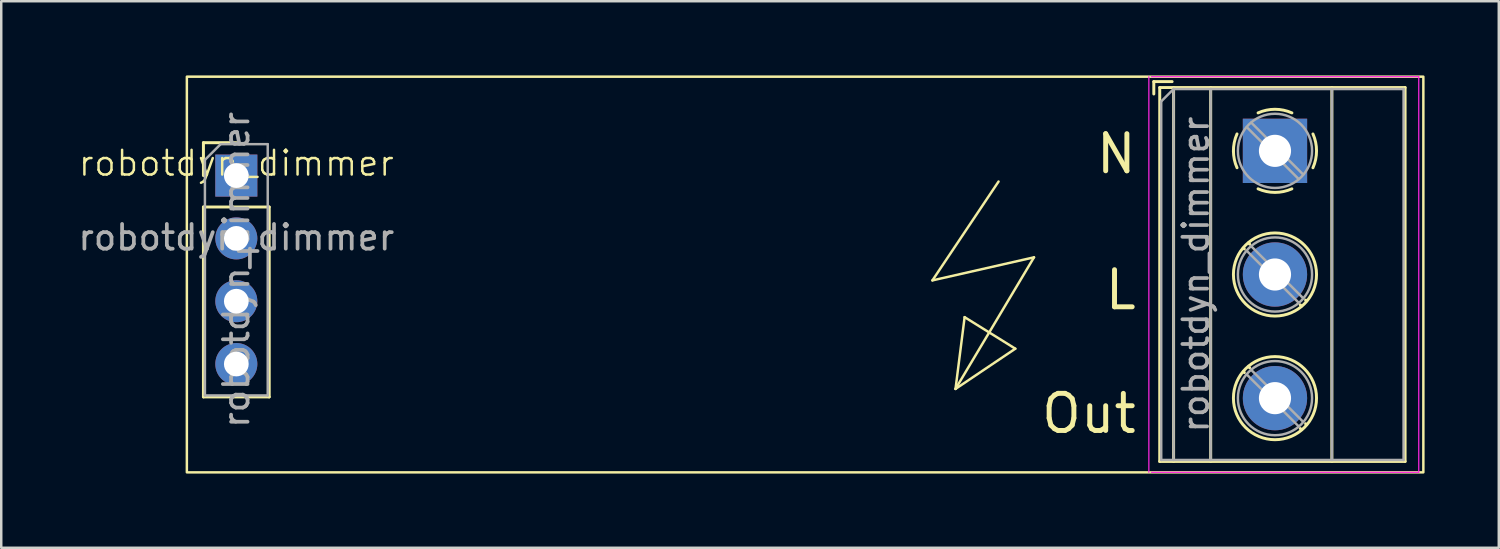
<source format=kicad_pcb>
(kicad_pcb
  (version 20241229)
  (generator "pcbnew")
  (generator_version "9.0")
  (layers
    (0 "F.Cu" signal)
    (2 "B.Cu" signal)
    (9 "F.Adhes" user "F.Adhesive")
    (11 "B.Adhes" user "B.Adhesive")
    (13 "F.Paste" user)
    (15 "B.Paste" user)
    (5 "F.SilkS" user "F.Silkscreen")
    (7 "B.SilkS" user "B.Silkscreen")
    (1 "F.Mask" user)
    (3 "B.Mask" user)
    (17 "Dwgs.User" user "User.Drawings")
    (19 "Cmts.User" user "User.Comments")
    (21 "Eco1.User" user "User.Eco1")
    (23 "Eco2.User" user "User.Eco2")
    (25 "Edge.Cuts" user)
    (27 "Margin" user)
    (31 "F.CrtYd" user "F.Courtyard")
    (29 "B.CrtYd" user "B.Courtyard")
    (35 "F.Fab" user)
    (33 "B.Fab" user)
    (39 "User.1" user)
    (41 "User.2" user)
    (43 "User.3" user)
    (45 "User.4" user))
  (footprint "robotdyn_dimmer"
    (layer "F.Cu")
    (at 6.506 4.05)
    (property "Reference" "robotdyn_dimmer" (at 0 -0.5 0) (unlocked yes) (layer "F.SilkS") (effects (font (size 1 1) (thickness 0.1))))
    (attr through_hole)
    (fp_line (start -1.33 -1.33) (end 0 -1.33) (stroke (width 0.12) (type solid)) (layer "F.SilkS"))
    (fp_line (start -1.33 0) (end -1.33 -1.33) (stroke (width 0.12) (type solid)) (layer "F.SilkS"))
    (fp_line (start -1.33 1.27) (end -1.33 8.95) (stroke (width 0.12) (type solid)) (layer "F.SilkS"))
    (fp_line (start -1.33 1.27) (end 1.33 1.27) (stroke (width 0.12) (type solid)) (layer "F.SilkS"))
    (fp_line (start -1.33 8.95) (end 1.33 8.95) (stroke (width 0.12) (type solid)) (layer "F.SilkS"))
    (fp_line (start 1.33 1.27) (end 1.33 8.95) (stroke (width 0.12) (type solid)) (layer "F.SilkS"))
    (fp_line (start 28.148 4.238) (end 32.256 3.305) (stroke (width 0.1) (type default)) (layer "F.SilkS"))
    (fp_line (start 29.082 8.626) (end 29.45 5.725) (stroke (width 0.1) (type default)) (layer "F.SilkS"))
    (fp_line (start 29.45 5.725) (end 31.5 7) (stroke (width 0.1) (type default)) (layer "F.SilkS"))
    (fp_line (start 30.822 0.241) (end 28.148 4.238) (stroke (width 0.1) (type default)) (layer "F.SilkS"))
    (fp_line (start 31.5 7) (end 29.082 8.626) (stroke (width 0.1) (type default)) (layer "F.SilkS"))
    (fp_line (start 32.256 3.305) (end 29.082 8.626) (stroke (width 0.1) (type default)) (layer "F.SilkS"))
    (fp_line (start 37.1 -3.8) (end 37.1 -3.3) (stroke (width 0.12) (type solid)) (layer "F.SilkS"))
    (fp_line (start 37.34 -3.56) (end 37.34 11.56) (stroke (width 0.12) (type solid)) (layer "F.SilkS"))
    (fp_line (start 37.84 -3.8) (end 37.1 -3.8) (stroke (width 0.12) (type solid)) (layer "F.SilkS"))
    (fp_line (start 37.9 -3.56) (end 37.9 11.56) (stroke (width 0.12) (type solid)) (layer "F.SilkS"))
    (fp_line (start 39.4 -3.56) (end 39.4 11.56) (stroke (width 0.12) (type solid)) (layer "F.SilkS"))
    (fp_line (start 40.761 2.966) (end 40.726 2.931) (stroke (width 0.12) (type solid)) (layer "F.SilkS"))
    (fp_line (start 40.761 7.966) (end 40.726 7.931) (stroke (width 0.12) (type solid)) (layer "F.SilkS"))
    (fp_line (start 40.977 2.773) (end 40.931 2.726) (stroke (width 0.12) (type solid)) (layer "F.SilkS"))
    (fp_line (start 40.977 7.773) (end 40.931 7.726) (stroke (width 0.12) (type solid)) (layer "F.SilkS"))
    (fp_line (start 43.069 5.275) (end 43.023 5.228) (stroke (width 0.12) (type solid)) (layer "F.SilkS"))
    (fp_line (start 43.069 10.275) (end 43.023 10.228) (stroke (width 0.12) (type solid)) (layer "F.SilkS"))
    (fp_line (start 43.275 5.07) (end 43.239 5.035) (stroke (width 0.12) (type solid)) (layer "F.SilkS"))
    (fp_line (start 43.275 10.07) (end 43.239 10.035) (stroke (width 0.12) (type solid)) (layer "F.SilkS"))
    (fp_line (start 44.301 -3.56) (end 44.301 11.56) (stroke (width 0.12) (type solid)) (layer "F.SilkS"))
    (fp_line (start 47.261 -3.56) (end 37.34 -3.56) (stroke (width 0.12) (type solid)) (layer "F.SilkS"))
    (fp_line (start 47.261 -3.56) (end 47.261 11.56) (stroke (width 0.12) (type solid)) (layer "F.SilkS"))
    (fp_line (start 47.261 11.56) (end 37.34 11.56) (stroke (width 0.12) (type solid)) (layer "F.SilkS"))
    (fp_rect (start 48 12) (end -2 -4) (stroke (width 0.1) (type default)) (fill no) (layer "F.SilkS"))
    (fp_arc (start 40.319748 -0.971188) (mid 40.353342 -1.335544) (end 40.465001 -1.683993) (stroke (width 0.12) (type solid)) (layer "F.SilkS"))
    (fp_arc (start 40.465245 -0.316675) (mid 40.356713 -0.650701) (end 40.320001 -0.999993) (stroke (width 0.12) (type solid)) (layer "F.SilkS"))
    (fp_arc (start 41.316959 -2.53542) (mid 42.000525 -2.680494) (end 42.684001 -2.534993) (stroke (width 0.12) (type solid)) (layer "F.SilkS"))
    (fp_arc (start 42.683043 0.535434) (mid 41.999477 0.680508) (end 41.316001 0.535007) (stroke (width 0.12) (type solid)) (layer "F.SilkS"))
    (fp_arc (start 43.535428 -1.683035) (mid 43.680502 -0.999469) (end 43.535001 -0.315993) (stroke (width 0.12) (type solid)) (layer "F.SilkS"))
    (fp_circle (center 42 4) (end 42 5.68) (stroke (width 0.12) (type solid)) (fill no) (layer "F.SilkS"))
    (fp_circle (center 42 9) (end 42 10.68) (stroke (width 0.12) (type solid)) (fill no) (layer "F.SilkS"))
    (fp_line (start 36.9 -4) (end 36.9 12) (stroke (width 0.05) (type solid)) (layer "F.CrtYd"))
    (fp_line (start 37.004 12) (end 47.814 12) (stroke (width 0.05) (type solid)) (layer "F.CrtYd"))
    (fp_line (start 47.814 -4) (end 37.004 -4) (stroke (width 0.05) (type solid)) (layer "F.CrtYd"))
    (fp_line (start 47.814 12) (end 47.814 -4) (stroke (width 0.05) (type solid)) (layer "F.CrtYd"))
    (fp_line (start -1.27 -0.635) (end -0.635 -1.27) (stroke (width 0.1) (type solid)) (layer "F.Fab"))
    (fp_line (start -1.27 8.89) (end -1.27 -0.635) (stroke (width 0.1) (type solid)) (layer "F.Fab"))
    (fp_line (start -0.635 -1.27) (end 1.27 -1.27) (stroke (width 0.1) (type solid)) (layer "F.Fab"))
    (fp_line (start 1.27 -1.27) (end 1.27 8.89) (stroke (width 0.1) (type solid)) (layer "F.Fab"))
    (fp_line (start 1.27 8.89) (end -1.27 8.89) (stroke (width 0.1) (type solid)) (layer "F.Fab"))
    (fp_line (start 37.4 -3) (end 37.9 -3.5) (stroke (width 0.1) (type solid)) (layer "F.Fab"))
    (fp_line (start 37.4 11.5) (end 37.4 -3) (stroke (width 0.1) (type solid)) (layer "F.Fab"))
    (fp_line (start 37.9 -3.5) (end 37.9 11.5) (stroke (width 0.1) (type solid)) (layer "F.Fab"))
    (fp_line (start 37.9 -3.5) (end 47.2 -3.5) (stroke (width 0.1) (type solid)) (layer "F.Fab"))
    (fp_line (start 39.4 -3.5) (end 39.4 11.5) (stroke (width 0.1) (type solid)) (layer "F.Fab"))
    (fp_line (start 42.955 0.138) (end 40.862 -1.955) (stroke (width 0.1) (type solid)) (layer "F.Fab"))
    (fp_line (start 42.955 5.138) (end 40.862 3.046) (stroke (width 0.1) (type solid)) (layer "F.Fab"))
    (fp_line (start 42.955 10.138) (end 40.862 8.046) (stroke (width 0.1) (type solid)) (layer "F.Fab"))
    (fp_line (start 43.138 -0.045) (end 41.045 -2.138) (stroke (width 0.1) (type solid)) (layer "F.Fab"))
    (fp_line (start 43.138 4.955) (end 41.045 2.863) (stroke (width 0.1) (type solid)) (layer "F.Fab"))
    (fp_line (start 43.138 9.955) (end 41.045 7.863) (stroke (width 0.1) (type solid)) (layer "F.Fab"))
    (fp_line (start 44.3 -3.5) (end 44.3 11.5) (stroke (width 0.1) (type solid)) (layer "F.Fab"))
    (fp_line (start 47.2 -3.5) (end 47.2 11.5) (stroke (width 0.1) (type solid)) (layer "F.Fab"))
    (fp_line (start 47.2 11.5) (end 37.4 11.5) (stroke (width 0.1) (type solid)) (layer "F.Fab"))
    (fp_circle (center 42 -1) (end 42 0.5) (stroke (width 0.1) (type solid)) (fill no) (layer "F.Fab"))
    (fp_circle (center 42 4) (end 42 5.5) (stroke (width 0.1) (type solid)) (fill no) (layer "F.Fab"))
    (fp_circle (center 42 9) (end 42 10.5) (stroke (width 0.1) (type solid)) (fill no) (layer "F.Fab"))
    (fp_text user "L" (at 36.5 5.5 0) (unlocked yes) (layer "F.SilkS") (effects (font (size 1.5 1.5) (thickness 0.2)) (justify right bottom)))
    (fp_text user "Out" (at 36.5 10.5 0) (unlocked yes) (layer "F.SilkS") (effects (font (size 1.5 1.5) (thickness 0.2)) (justify right bottom)))
    (fp_text user "N" (at 36.5 0 0) (unlocked yes) (layer "F.SilkS") (effects (font (size 1.5 1.5) (thickness 0.2)) (justify right bottom)))
    (fp_text user "${REFERENCE}" (at 38.8 4 270) (layer "F.Fab") (effects (font (size 1 1) (thickness 0.15))))
    (fp_text user "${REFERENCE}" (at 0 2.5 0) (unlocked yes) (layer "F.Fab") (effects (font (size 1 1) (thickness 0.15))))
    (fp_text user "${REFERENCE}" (at 0 3.81 270) (layer "F.Fab") (effects (font (size 1 1) (thickness 0.15))))
    (pad "1" thru_hole rect (at 0 0) (size 1.7 1.7) (drill 1) (layers "*.Cu" "*.Mask"))
    (pad "2" thru_hole oval (at 0 2.54) (size 1.7 1.7) (drill 1) (layers "*.Cu" "*.Mask"))
    (pad "3" thru_hole oval (at 0 5.08) (size 1.7 1.7) (drill 1) (layers "*.Cu" "*.Mask"))
    (pad "4" thru_hole oval (at 0 7.62) (size 1.7 1.7) (drill 1) (layers "*.Cu" "*.Mask"))
    (pad "5" thru_hole rect (at 42 -1 270) (size 2.6 2.6) (drill 1.3) (layers "*.Cu" "*.Mask"))
    (pad "6" thru_hole circle (at 42 4 270) (size 2.6 2.6) (drill 1.3) (layers "*.Cu" "*.Mask"))
    (pad "7" thru_hole circle (at 42 9 270) (size 2.6 2.6) (drill 1.3) (layers "*.Cu" "*.Mask")))
  (gr_rect
    (start -3 -3)
    (end 57.556 19.1)
    (stroke (width 0.1) (type default))
    (fill no)
    (layer "Edge.Cuts")))
</source>
